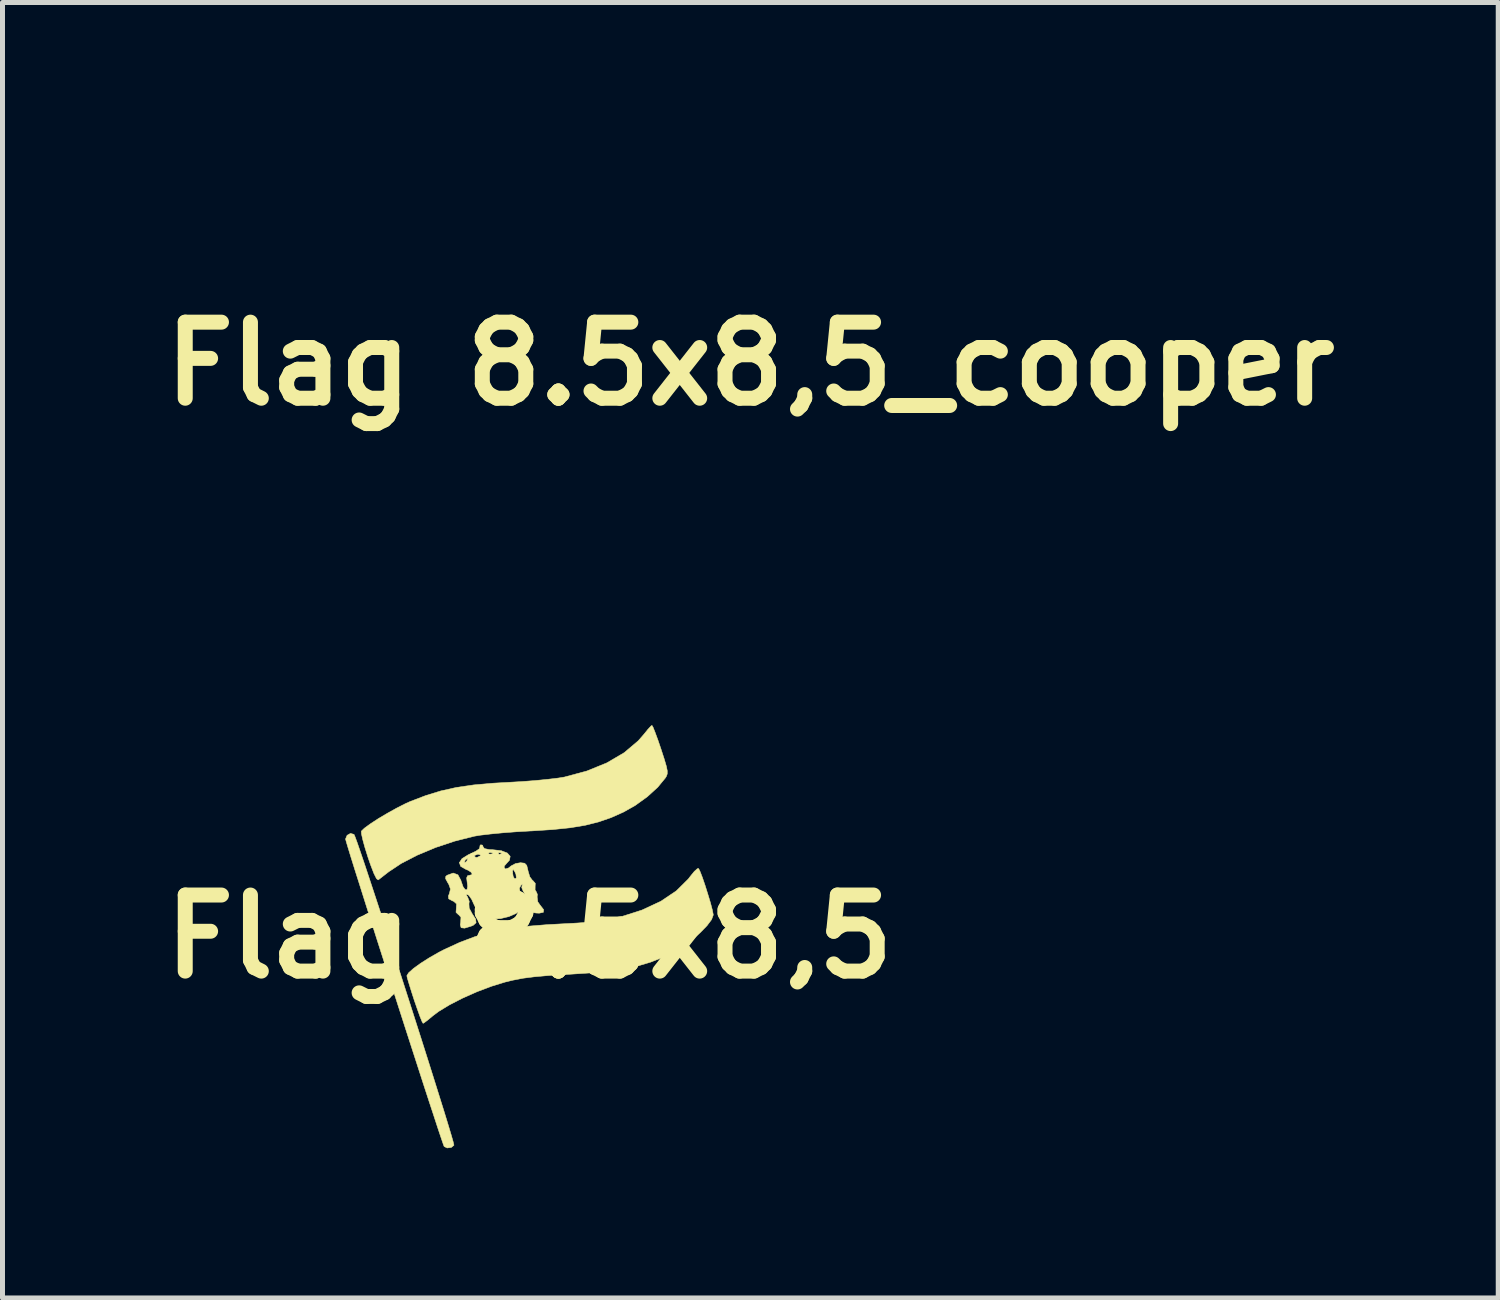
<source format=kicad_pcb>
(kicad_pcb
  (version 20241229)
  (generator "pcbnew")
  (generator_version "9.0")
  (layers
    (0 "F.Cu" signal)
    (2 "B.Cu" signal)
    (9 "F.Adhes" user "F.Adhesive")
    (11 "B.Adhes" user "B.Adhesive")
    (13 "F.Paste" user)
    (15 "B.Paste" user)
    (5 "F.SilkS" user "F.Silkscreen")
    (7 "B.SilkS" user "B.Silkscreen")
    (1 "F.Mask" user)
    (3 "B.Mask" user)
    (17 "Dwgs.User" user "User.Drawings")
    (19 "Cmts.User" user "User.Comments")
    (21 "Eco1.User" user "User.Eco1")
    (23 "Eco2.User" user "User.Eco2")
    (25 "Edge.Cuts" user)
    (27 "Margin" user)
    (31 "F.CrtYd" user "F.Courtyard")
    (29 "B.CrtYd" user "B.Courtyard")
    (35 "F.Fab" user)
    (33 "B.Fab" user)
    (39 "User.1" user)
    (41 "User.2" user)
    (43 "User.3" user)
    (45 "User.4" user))
  (footprint "Flag 8.5x8,5"
    (layer "F.Cu")
    (at 7.555 15.714)
    (property "Reference" "Flag 8.5x8,5" (at 0 0 0) (layer "F.SilkS") (effects (font (size 1.524 1.524) (thickness 0.3))))
    (attr through_hole)
    (fp_poly (pts (xy -3.515 -2.05) (xy -3.513 -2.048) (xy -3.492 -2) (xy -3.448 -1.88) (xy -3.384 -1.694) (xy -3.301 -1.45) (xy -3.204 -1.157) (xy -3.093 -0.821) (xy -2.971 -0.45) (xy -2.841 -0.051) (xy -2.706 0.367) (xy -2.567 0.798) (xy -2.427 1.233) (xy -2.289 1.665) (xy -2.154 2.087) (xy -2.026 2.491) (xy -1.907 2.869) (xy -1.799 3.214) (xy -1.704 3.518) (xy -1.626 3.773) (xy -1.566 3.973) (xy -1.527 4.109) (xy -1.512 4.174) (xy -1.512 4.178) (xy -1.565 4.222) (xy -1.647 4.232) (xy -1.707 4.203) (xy -1.708 4.202) (xy -1.727 4.152) (xy -1.769 4.029) (xy -1.832 3.841) (xy -1.912 3.596) (xy -2.009 3.301) (xy -2.119 2.964) (xy -2.239 2.592) (xy -2.368 2.193) (xy -2.503 1.775) (xy -2.641 1.346) (xy -2.78 0.912) (xy -2.917 0.482) (xy -3.051 0.064) (xy -3.178 -0.335) (xy -3.296 -0.708) (xy -3.403 -1.047) (xy -3.497 -1.343) (xy -3.574 -1.59) (xy -3.632 -1.779) (xy -3.669 -1.904) (xy -3.683 -1.956) (xy -3.683 -1.957) (xy -3.652 -2.031) (xy -3.584 -2.069) (xy -3.515 -2.05)) (stroke (width 0.01) (type solid)) (fill yes) (layer "F.SilkS"))
    (fp_poly (pts (xy 2.477 -4.196) (xy 2.518 -4.093) (xy 2.574 -3.941) (xy 2.636 -3.759) (xy 2.702 -3.556) (xy 2.743 -3.416) (xy 2.762 -3.323) (xy 2.761 -3.26) (xy 2.743 -3.211) (xy 2.723 -3.179) (xy 2.57 -2.993) (xy 2.361 -2.803) (xy 2.118 -2.628) (xy 1.884 -2.496) (xy 1.635 -2.385) (xy 1.385 -2.299) (xy 1.118 -2.232) (xy 0.817 -2.182) (xy 0.466 -2.146) (xy 0.048 -2.119) (xy 0.021 -2.118) (xy -0.258 -2.102) (xy -0.533 -2.081) (xy -0.783 -2.057) (xy -0.986 -2.033) (xy -1.105 -2.013) (xy -1.494 -1.915) (xy -1.882 -1.786) (xy -2.247 -1.633) (xy -2.568 -1.467) (xy -2.815 -1.303) (xy -2.922 -1.22) (xy -3.004 -1.156) (xy -3.029 -1.138) (xy -3.062 -1.161) (xy -3.113 -1.262) (xy -3.181 -1.438) (xy -3.233 -1.589) (xy -3.293 -1.78) (xy -3.338 -1.943) (xy -3.364 -2.06) (xy -3.367 -2.114) (xy -3.367 -2.114) (xy -3.306 -2.173) (xy -3.187 -2.26) (xy -3.028 -2.364) (xy -2.846 -2.472) (xy -2.659 -2.576) (xy -2.486 -2.664) (xy -2.391 -2.707) (xy -2.077 -2.827) (xy -1.775 -2.92) (xy -1.462 -2.99) (xy -1.119 -3.04) (xy -0.726 -3.075) (xy -0.441 -3.091) (xy -0.16 -3.107) (xy 0.118 -3.128) (xy 0.371 -3.153) (xy 0.579 -3.178) (xy 0.702 -3.198) (xy 1.151 -3.319) (xy 1.553 -3.483) (xy 1.9 -3.687) (xy 2.181 -3.925) (xy 2.296 -4.057) (xy 2.376 -4.156) (xy 2.436 -4.22) (xy 2.455 -4.233) (xy 2.477 -4.196)) (stroke (width 0.01) (type solid)) (fill yes) (layer "F.SilkS"))
    (fp_poly (pts (xy 3.419 -1.306) (xy 3.465 -1.187) (xy 3.519 -1.029) (xy 3.574 -0.854) (xy 3.625 -0.685) (xy 3.663 -0.542) (xy 3.682 -0.448) (xy 3.683 -0.434) (xy 3.649 -0.342) (xy 3.558 -0.221) (xy 3.423 -0.082) (xy 3.26 0.06) (xy 3.083 0.192) (xy 2.907 0.299) (xy 2.9 0.303) (xy 2.661 0.418) (xy 2.421 0.512) (xy 2.168 0.587) (xy 1.887 0.646) (xy 1.564 0.692) (xy 1.186 0.728) (xy 0.738 0.757) (xy 0.699 0.759) (xy 0.367 0.779) (xy 0.099 0.803) (xy -0.127 0.832) (xy -0.33 0.871) (xy -0.487 0.909) (xy -0.76 0.993) (xy -1.051 1.103) (xy -1.339 1.231) (xy -1.602 1.366) (xy -1.819 1.498) (xy -1.933 1.584) (xy -2.034 1.668) (xy -2.107 1.723) (xy -2.13 1.736) (xy -2.152 1.698) (xy -2.193 1.596) (xy -2.247 1.445) (xy -2.304 1.281) (xy -2.364 1.095) (xy -2.413 0.937) (xy -2.446 0.826) (xy -2.455 0.781) (xy -2.42 0.724) (xy -2.324 0.638) (xy -2.182 0.535) (xy -2.008 0.424) (xy -1.818 0.315) (xy -1.712 0.26) (xy -1.397 0.115) (xy -1.093 0.000101) (xy -0.784 -0.089) (xy -0.451 -0.157) (xy -0.078 -0.206) (xy 0.354 -0.241) (xy 0.614 -0.255) (xy 0.95 -0.273) (xy 1.22 -0.294) (xy 1.444 -0.32) (xy 1.64 -0.354) (xy 1.824 -0.396) (xy 2.256 -0.534) (xy 2.632 -0.709) (xy 2.944 -0.919) (xy 3.184 -1.157) (xy 3.225 -1.211) (xy 3.304 -1.308) (xy 3.365 -1.363) (xy 3.389 -1.366) (xy 3.419 -1.306)) (stroke (width 0.01) (type solid)) (fill yes) (layer "F.SilkS"))
    (fp_poly (pts (xy -0.937 -1.833) (xy -0.931 -1.807) (xy -0.901 -1.765) (xy -0.803 -1.745) (xy -0.741 -1.743) (xy -0.564 -1.723) (xy -0.442 -1.676) (xy -0.385 -1.61) (xy -0.399 -1.532) (xy -0.445 -1.482) (xy -0.498 -1.421) (xy -0.508 -1.392) (xy -0.482 -1.356) (xy -0.418 -1.376) (xy -0.366 -1.418) (xy -0.278 -1.465) (xy -0.178 -1.482) (xy -0.095 -1.472) (xy -0.053 -1.428) (xy -0.028 -1.325) (xy -0.027 -1.317) (xy 0.008 -1.2) (xy 0.059 -1.131) (xy 0.068 -1.126) (xy 0.118 -1.069) (xy 0.115 -1.016) (xy 0.114 -0.936) (xy 0.135 -0.905) (xy 0.16 -0.849) (xy 0.155 -0.796) (xy 0.168 -0.699) (xy 0.215 -0.632) (xy 0.285 -0.542) (xy 0.28 -0.489) (xy 0.197 -0.471) (xy 0.138 -0.474) (xy 0.036 -0.488) (xy -0.014 -0.526) (xy -0.038 -0.613) (xy -0.045 -0.663) (xy -0.072 -0.791) (xy -0.111 -0.889) (xy -0.122 -0.905) (xy -0.154 -0.983) (xy -0.146 -1.025) (xy -0.133 -1.058) (xy -0.168 -1.03) (xy -0.2 -0.972) (xy -0.187 -0.881) (xy -0.175 -0.844) (xy -0.141 -0.725) (xy -0.127 -0.629) (xy -0.127 -0.628) (xy -0.166 -0.542) (xy -0.268 -0.465) (xy -0.412 -0.403) (xy -0.577 -0.363) (xy -0.742 -0.352) (xy -0.885 -0.375) (xy -0.917 -0.388) (xy -1.032 -0.49) (xy -1.104 -0.633) (xy -1.157 -0.749) (xy -1.211 -0.826) (xy -1.233 -0.841) (xy -1.269 -0.845) (xy -1.244 -0.804) (xy -1.238 -0.795) (xy -1.205 -0.708) (xy -1.211 -0.658) (xy -1.206 -0.571) (xy -1.149 -0.464) (xy -1.077 -0.352) (xy -1.068 -0.279) (xy -1.124 -0.229) (xy -1.167 -0.211) (xy -1.298 -0.171) (xy -1.368 -0.18) (xy -1.385 -0.242) (xy -1.377 -0.291) (xy -1.371 -0.389) (xy -1.414 -0.437) (xy -1.42 -0.44) (xy -1.47 -0.488) (xy -1.464 -0.573) (xy -1.46 -0.658) (xy -1.516 -0.708) (xy -1.544 -0.719) (xy -1.617 -0.759) (xy -1.623 -0.815) (xy -1.604 -0.861) (xy -1.581 -0.954) (xy -1.614 -1.047) (xy -1.633 -1.078) (xy -1.679 -1.162) (xy -1.675 -1.208) (xy -1.648 -1.231) (xy -1.526 -1.275) (xy -1.432 -1.24) (xy -1.372 -1.129) (xy -1.369 -1.115) (xy -1.328 -0.999) (xy -1.284 -0.94) (xy -1.249 -0.942) (xy -1.237 -1.009) (xy -1.245 -1.074) (xy -1.257 -1.178) (xy -1.238 -1.222) (xy -1.208 -1.228) (xy -1.148 -1.244) (xy -1.156 -1.283) (xy -1.163 -1.288) (xy -0.337 -1.288) (xy -0.325 -1.207) (xy -0.297 -1.16) (xy -0.268 -1.169) (xy -0.262 -1.181) (xy -0.27 -1.25) (xy -0.292 -1.3) (xy -0.326 -1.35) (xy -0.336 -1.321) (xy -0.337 -1.288) (xy -1.163 -1.288) (xy -1.225 -1.33) (xy -1.27 -1.348) (xy -1.377 -1.409) (xy -1.403 -1.483) (xy -1.402 -1.484) (xy -1.302 -1.484) (xy -1.296 -1.482) (xy -1.258 -1.511) (xy -1.249 -1.524) (xy -1.238 -1.564) (xy -1.244 -1.566) (xy -1.282 -1.537) (xy -1.291 -1.524) (xy -1.302 -1.484) (xy -1.402 -1.484) (xy -1.351 -1.563) (xy -1.275 -1.61) (xy -1.101 -1.61) (xy -1.07 -1.587) (xy -1.037 -1.593) (xy -0.981 -1.623) (xy -0.974 -1.634) (xy -1.008 -1.649) (xy -1.037 -1.651) (xy -1.094 -1.629) (xy -1.101 -1.61) (xy -1.275 -1.61) (xy -1.222 -1.643) (xy -1.186 -1.659) (xy -1.181 -1.661) (xy -0.828 -1.661) (xy -0.787 -1.654) (xy -0.732 -1.662) (xy -0.731 -1.677) (xy -0.746 -1.679) (xy -0.621 -1.679) (xy -0.615 -1.654) (xy -0.593 -1.651) (xy -0.558 -1.666) (xy -0.564 -1.679) (xy -0.615 -1.684) (xy -0.621 -1.679) (xy -0.746 -1.679) (xy -0.788 -1.687) (xy -0.812 -1.68) (xy -0.828 -1.661) (xy -1.181 -1.661) (xy -1.073 -1.713) (xy -1.006 -1.759) (xy -0.996 -1.78) (xy -0.988 -1.83) (xy -0.974 -1.841) (xy -0.937 -1.833)) (stroke (width 0.01) (type solid)) (fill yes) (layer "F.SilkS")))
  (footprint "Flag 8.5x8,5_cooper"
    (layer "F.Cu")
    (at 11.982 4.238)
    (property "Reference" "Flag 8.5x8,5_cooper" (at 0 0 0) (layer "F.SilkS") (effects (font (size 1.524 1.524) (thickness 0.3))))
    (attr through_hole)
    (fp_poly (pts (xy -3.515 -2.05) (xy -3.513 -2.048) (xy -3.492 -2) (xy -3.448 -1.88) (xy -3.384 -1.694) (xy -3.301 -1.45) (xy -3.204 -1.157) (xy -3.093 -0.821) (xy -2.971 -0.45) (xy -2.841 -0.051) (xy -2.706 0.367) (xy -2.567 0.798) (xy -2.427 1.233) (xy -2.289 1.665) (xy -2.154 2.087) (xy -2.026 2.491) (xy -1.907 2.869) (xy -1.799 3.214) (xy -1.704 3.518) (xy -1.626 3.773) (xy -1.566 3.973) (xy -1.527 4.109) (xy -1.512 4.174) (xy -1.512 4.178) (xy -1.565 4.222) (xy -1.647 4.232) (xy -1.707 4.203) (xy -1.708 4.202) (xy -1.727 4.152) (xy -1.769 4.029) (xy -1.832 3.841) (xy -1.912 3.596) (xy -2.009 3.301) (xy -2.119 2.964) (xy -2.239 2.592) (xy -2.368 2.193) (xy -2.503 1.775) (xy -2.641 1.346) (xy -2.78 0.912) (xy -2.917 0.482) (xy -3.051 0.064) (xy -3.178 -0.335) (xy -3.296 -0.708) (xy -3.403 -1.047) (xy -3.497 -1.343) (xy -3.574 -1.59) (xy -3.632 -1.779) (xy -3.669 -1.904) (xy -3.683 -1.956) (xy -3.683 -1.957) (xy -3.652 -2.031) (xy -3.584 -2.069) (xy -3.515 -2.05)) (stroke (width 0.01) (type solid)) (fill yes) (layer "F.Mask"))
    (fp_poly (pts (xy 2.477 -4.196) (xy 2.518 -4.093) (xy 2.574 -3.941) (xy 2.636 -3.759) (xy 2.702 -3.556) (xy 2.743 -3.416) (xy 2.762 -3.323) (xy 2.761 -3.26) (xy 2.743 -3.211) (xy 2.723 -3.179) (xy 2.57 -2.993) (xy 2.361 -2.803) (xy 2.118 -2.628) (xy 1.884 -2.496) (xy 1.635 -2.385) (xy 1.385 -2.299) (xy 1.118 -2.232) (xy 0.817 -2.182) (xy 0.466 -2.146) (xy 0.048 -2.119) (xy 0.021 -2.118) (xy -0.258 -2.102) (xy -0.533 -2.081) (xy -0.783 -2.057) (xy -0.986 -2.033) (xy -1.105 -2.013) (xy -1.494 -1.915) (xy -1.882 -1.786) (xy -2.247 -1.633) (xy -2.568 -1.467) (xy -2.815 -1.303) (xy -2.922 -1.22) (xy -3.004 -1.156) (xy -3.029 -1.138) (xy -3.062 -1.161) (xy -3.113 -1.262) (xy -3.181 -1.438) (xy -3.233 -1.589) (xy -3.293 -1.78) (xy -3.338 -1.943) (xy -3.364 -2.06) (xy -3.367 -2.114) (xy -3.367 -2.114) (xy -3.306 -2.173) (xy -3.187 -2.26) (xy -3.028 -2.364) (xy -2.846 -2.472) (xy -2.659 -2.576) (xy -2.486 -2.664) (xy -2.391 -2.707) (xy -2.077 -2.827) (xy -1.775 -2.92) (xy -1.462 -2.99) (xy -1.119 -3.04) (xy -0.726 -3.075) (xy -0.441 -3.091) (xy -0.16 -3.107) (xy 0.118 -3.128) (xy 0.371 -3.153) (xy 0.579 -3.178) (xy 0.702 -3.198) (xy 1.151 -3.319) (xy 1.553 -3.483) (xy 1.9 -3.687) (xy 2.181 -3.925) (xy 2.296 -4.057) (xy 2.376 -4.156) (xy 2.436 -4.22) (xy 2.455 -4.233) (xy 2.477 -4.196)) (stroke (width 0.01) (type solid)) (fill yes) (layer "F.Mask"))
    (fp_poly (pts (xy 3.419 -1.306) (xy 3.465 -1.187) (xy 3.519 -1.029) (xy 3.574 -0.854) (xy 3.625 -0.685) (xy 3.663 -0.542) (xy 3.682 -0.448) (xy 3.683 -0.434) (xy 3.649 -0.342) (xy 3.558 -0.221) (xy 3.423 -0.082) (xy 3.26 0.06) (xy 3.083 0.192) (xy 2.907 0.299) (xy 2.9 0.303) (xy 2.661 0.418) (xy 2.421 0.512) (xy 2.168 0.587) (xy 1.887 0.646) (xy 1.564 0.692) (xy 1.186 0.728) (xy 0.738 0.757) (xy 0.699 0.759) (xy 0.367 0.779) (xy 0.099 0.803) (xy -0.127 0.832) (xy -0.33 0.871) (xy -0.487 0.909) (xy -0.76 0.993) (xy -1.051 1.103) (xy -1.339 1.231) (xy -1.602 1.366) (xy -1.819 1.498) (xy -1.933 1.584) (xy -2.034 1.668) (xy -2.107 1.723) (xy -2.13 1.736) (xy -2.152 1.698) (xy -2.193 1.596) (xy -2.247 1.445) (xy -2.304 1.281) (xy -2.364 1.095) (xy -2.413 0.937) (xy -2.446 0.826) (xy -2.455 0.781) (xy -2.42 0.724) (xy -2.324 0.638) (xy -2.182 0.535) (xy -2.008 0.424) (xy -1.818 0.315) (xy -1.712 0.26) (xy -1.397 0.115) (xy -1.093 0.000101) (xy -0.784 -0.089) (xy -0.451 -0.157) (xy -0.078 -0.206) (xy 0.354 -0.241) (xy 0.614 -0.255) (xy 0.95 -0.273) (xy 1.22 -0.294) (xy 1.444 -0.32) (xy 1.64 -0.354) (xy 1.824 -0.396) (xy 2.256 -0.534) (xy 2.632 -0.709) (xy 2.944 -0.919) (xy 3.184 -1.157) (xy 3.225 -1.211) (xy 3.304 -1.308) (xy 3.365 -1.363) (xy 3.389 -1.366) (xy 3.419 -1.306)) (stroke (width 0.01) (type solid)) (fill yes) (layer "F.Mask"))
    (fp_poly (pts (xy -0.937 -1.833) (xy -0.931 -1.807) (xy -0.901 -1.765) (xy -0.803 -1.745) (xy -0.741 -1.743) (xy -0.564 -1.723) (xy -0.442 -1.676) (xy -0.385 -1.61) (xy -0.399 -1.532) (xy -0.445 -1.482) (xy -0.498 -1.421) (xy -0.508 -1.392) (xy -0.482 -1.356) (xy -0.418 -1.376) (xy -0.366 -1.418) (xy -0.278 -1.465) (xy -0.178 -1.482) (xy -0.095 -1.472) (xy -0.053 -1.428) (xy -0.028 -1.325) (xy -0.027 -1.317) (xy 0.008 -1.2) (xy 0.059 -1.131) (xy 0.068 -1.126) (xy 0.118 -1.069) (xy 0.115 -1.016) (xy 0.114 -0.936) (xy 0.135 -0.905) (xy 0.16 -0.849) (xy 0.155 -0.796) (xy 0.168 -0.699) (xy 0.215 -0.632) (xy 0.285 -0.542) (xy 0.28 -0.489) (xy 0.197 -0.471) (xy 0.138 -0.474) (xy 0.036 -0.488) (xy -0.014 -0.526) (xy -0.038 -0.613) (xy -0.045 -0.663) (xy -0.072 -0.791) (xy -0.111 -0.889) (xy -0.122 -0.905) (xy -0.154 -0.983) (xy -0.146 -1.025) (xy -0.133 -1.058) (xy -0.168 -1.03) (xy -0.2 -0.972) (xy -0.187 -0.881) (xy -0.175 -0.844) (xy -0.141 -0.725) (xy -0.127 -0.629) (xy -0.127 -0.628) (xy -0.166 -0.542) (xy -0.268 -0.465) (xy -0.412 -0.403) (xy -0.577 -0.363) (xy -0.742 -0.352) (xy -0.885 -0.375) (xy -0.917 -0.388) (xy -1.032 -0.49) (xy -1.104 -0.633) (xy -1.157 -0.749) (xy -1.211 -0.826) (xy -1.233 -0.841) (xy -1.269 -0.845) (xy -1.244 -0.804) (xy -1.238 -0.795) (xy -1.205 -0.708) (xy -1.211 -0.658) (xy -1.206 -0.571) (xy -1.149 -0.464) (xy -1.077 -0.352) (xy -1.068 -0.279) (xy -1.124 -0.229) (xy -1.167 -0.211) (xy -1.298 -0.171) (xy -1.368 -0.18) (xy -1.385 -0.242) (xy -1.377 -0.291) (xy -1.371 -0.389) (xy -1.414 -0.437) (xy -1.42 -0.44) (xy -1.47 -0.488) (xy -1.464 -0.573) (xy -1.46 -0.658) (xy -1.516 -0.708) (xy -1.544 -0.719) (xy -1.617 -0.759) (xy -1.623 -0.815) (xy -1.604 -0.861) (xy -1.581 -0.954) (xy -1.614 -1.047) (xy -1.633 -1.078) (xy -1.679 -1.162) (xy -1.675 -1.208) (xy -1.648 -1.231) (xy -1.526 -1.275) (xy -1.432 -1.24) (xy -1.372 -1.129) (xy -1.369 -1.115) (xy -1.328 -0.999) (xy -1.284 -0.94) (xy -1.249 -0.942) (xy -1.237 -1.009) (xy -1.245 -1.074) (xy -1.257 -1.178) (xy -1.238 -1.222) (xy -1.208 -1.228) (xy -1.148 -1.244) (xy -1.156 -1.283) (xy -1.163 -1.288) (xy -0.337 -1.288) (xy -0.325 -1.207) (xy -0.297 -1.16) (xy -0.268 -1.169) (xy -0.262 -1.181) (xy -0.27 -1.25) (xy -0.292 -1.3) (xy -0.326 -1.35) (xy -0.336 -1.321) (xy -0.337 -1.288) (xy -1.163 -1.288) (xy -1.225 -1.33) (xy -1.27 -1.348) (xy -1.377 -1.409) (xy -1.403 -1.483) (xy -1.402 -1.484) (xy -1.302 -1.484) (xy -1.296 -1.482) (xy -1.258 -1.511) (xy -1.249 -1.524) (xy -1.238 -1.564) (xy -1.244 -1.566) (xy -1.282 -1.537) (xy -1.291 -1.524) (xy -1.302 -1.484) (xy -1.402 -1.484) (xy -1.351 -1.563) (xy -1.275 -1.61) (xy -1.101 -1.61) (xy -1.07 -1.587) (xy -1.037 -1.593) (xy -0.981 -1.623) (xy -0.974 -1.634) (xy -1.008 -1.649) (xy -1.037 -1.651) (xy -1.094 -1.629) (xy -1.101 -1.61) (xy -1.275 -1.61) (xy -1.222 -1.643) (xy -1.186 -1.659) (xy -1.181 -1.661) (xy -0.828 -1.661) (xy -0.787 -1.654) (xy -0.732 -1.662) (xy -0.731 -1.677) (xy -0.746 -1.679) (xy -0.621 -1.679) (xy -0.615 -1.654) (xy -0.593 -1.651) (xy -0.558 -1.666) (xy -0.564 -1.679) (xy -0.615 -1.684) (xy -0.621 -1.679) (xy -0.746 -1.679) (xy -0.788 -1.687) (xy -0.812 -1.68) (xy -0.828 -1.661) (xy -1.181 -1.661) (xy -1.073 -1.713) (xy -1.006 -1.759) (xy -0.996 -1.78) (xy -0.988 -1.83) (xy -0.974 -1.841) (xy -0.937 -1.833)) (stroke (width 0.01) (type solid)) (fill yes) (layer "F.Mask")))
  (gr_rect
    (start -3 -3)
    (end 26.963 22.951)
    (stroke (width 0.1) (type default))
    (fill no)
    (layer "Edge.Cuts")))
</source>
